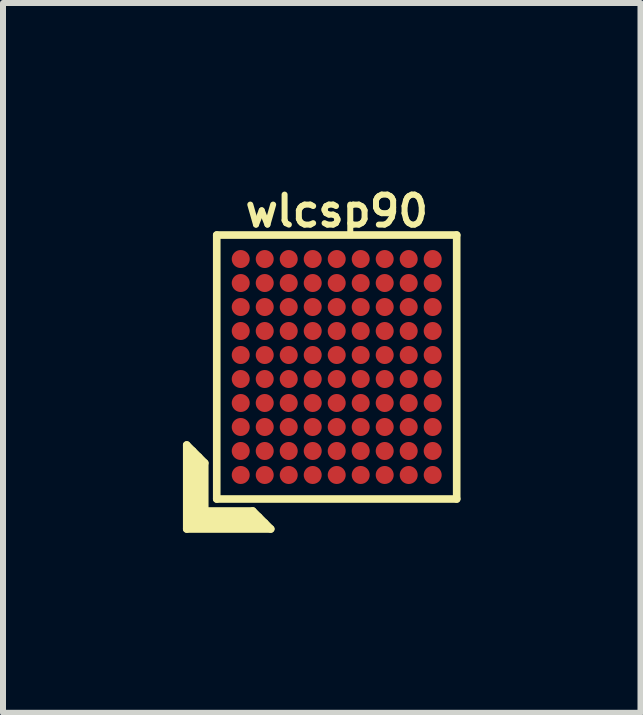
<source format=kicad_pcb>
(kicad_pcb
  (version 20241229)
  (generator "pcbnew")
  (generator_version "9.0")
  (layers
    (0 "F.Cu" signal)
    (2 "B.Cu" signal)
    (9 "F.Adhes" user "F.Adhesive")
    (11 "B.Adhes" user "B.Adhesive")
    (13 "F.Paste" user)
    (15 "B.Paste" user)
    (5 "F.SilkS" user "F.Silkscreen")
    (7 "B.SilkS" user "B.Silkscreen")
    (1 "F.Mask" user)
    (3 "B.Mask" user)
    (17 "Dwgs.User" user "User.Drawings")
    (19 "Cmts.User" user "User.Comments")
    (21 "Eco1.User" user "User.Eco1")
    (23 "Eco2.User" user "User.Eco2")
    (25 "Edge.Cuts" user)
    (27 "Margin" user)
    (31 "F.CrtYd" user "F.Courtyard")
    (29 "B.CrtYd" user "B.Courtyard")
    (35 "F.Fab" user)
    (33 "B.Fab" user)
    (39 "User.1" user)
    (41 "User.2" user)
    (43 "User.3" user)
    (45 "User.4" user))
  (footprint "wlcsp90"
    (layer "F.Cu")
    (at 2.563 3.068)
    (property "Reference" "wlcsp90" (at 0 -2.6 0) (layer "F.SilkS") (effects (font (size 0.5 0.5) (thickness 0.1))))
    (attr through_hole)
    (fp_line (start -2.5 1.3) (end -2.2 1.6) (stroke (width 0.127) (type solid)) (layer "F.SilkS"))
    (fp_line (start -2.5 2.7) (end -2.5 1.3) (stroke (width 0.127) (type solid)) (layer "F.SilkS"))
    (fp_line (start -2.4 2.6) (end -2.4 1.4) (stroke (width 0.127) (type solid)) (layer "F.SilkS"))
    (fp_line (start -2.3 1.5) (end -2.3 2.5) (stroke (width 0.127) (type solid)) (layer "F.SilkS"))
    (fp_line (start -2.3 2.5) (end -1.3 2.5) (stroke (width 0.127) (type solid)) (layer "F.SilkS"))
    (fp_line (start -2.2 1.6) (end -2.2 2.4) (stroke (width 0.127) (type solid)) (layer "F.SilkS"))
    (fp_line (start -2.2 2.4) (end -1.4 2.4) (stroke (width 0.127) (type solid)) (layer "F.SilkS"))
    (fp_line (start -2 -2.2) (end 2 -2.2) (stroke (width 0.127) (type solid)) (layer "F.SilkS"))
    (fp_line (start -2 2.2) (end -2 -2.2) (stroke (width 0.127) (type solid)) (layer "F.SilkS"))
    (fp_line (start -1.4 2.4) (end -1.1 2.7) (stroke (width 0.127) (type solid)) (layer "F.SilkS"))
    (fp_line (start -1.2 2.6) (end -2.4 2.6) (stroke (width 0.127) (type solid)) (layer "F.SilkS"))
    (fp_line (start -1.1 2.7) (end -2.5 2.7) (stroke (width 0.127) (type solid)) (layer "F.SilkS"))
    (fp_line (start 2 -2.2) (end 2 2.2) (stroke (width 0.127) (type solid)) (layer "F.SilkS"))
    (fp_line (start 2 2.2) (end -2 2.2) (stroke (width 0.127) (type solid)) (layer "F.SilkS"))
    (pad "A1" smd circle (at -1.6 1.8) (size 0.3 0.3) (layers "F.Cu" "F.Mask" "F.Paste"))
    (pad "A2" smd circle (at -1.6 1.4) (size 0.3 0.3) (layers "F.Cu" "F.Mask" "F.Paste"))
    (pad "A3" smd circle (at -1.6 1) (size 0.3 0.3) (layers "F.Cu" "F.Mask" "F.Paste"))
    (pad "A4" smd circle (at -1.6 0.6) (size 0.3 0.3) (layers "F.Cu" "F.Mask" "F.Paste"))
    (pad "A5" smd circle (at -1.6 0.2) (size 0.3 0.3) (layers "F.Cu" "F.Mask" "F.Paste"))
    (pad "A6" smd circle (at -1.6 -0.2) (size 0.3 0.3) (layers "F.Cu" "F.Mask" "F.Paste"))
    (pad "A7" smd circle (at -1.6 -0.6) (size 0.3 0.3) (layers "F.Cu" "F.Mask" "F.Paste"))
    (pad "A8" smd circle (at -1.6 -1) (size 0.3 0.3) (layers "F.Cu" "F.Mask" "F.Paste"))
    (pad "A9" smd circle (at -1.6 -1.4) (size 0.3 0.3) (layers "F.Cu" "F.Mask" "F.Paste"))
    (pad "A10" smd circle (at -1.6 -1.8) (size 0.3 0.3) (layers "F.Cu" "F.Mask" "F.Paste"))
    (pad "B1" smd circle (at -1.2 1.8) (size 0.3 0.3) (layers "F.Cu" "F.Mask" "F.Paste"))
    (pad "B2" smd circle (at -1.2 1.4) (size 0.3 0.3) (layers "F.Cu" "F.Mask" "F.Paste"))
    (pad "B3" smd circle (at -1.2 1) (size 0.3 0.3) (layers "F.Cu" "F.Mask" "F.Paste"))
    (pad "B4" smd circle (at -1.2 0.6) (size 0.3 0.3) (layers "F.Cu" "F.Mask" "F.Paste"))
    (pad "B5" smd circle (at -1.2 0.2) (size 0.3 0.3) (layers "F.Cu" "F.Mask" "F.Paste"))
    (pad "B6" smd circle (at -1.2 -0.2) (size 0.3 0.3) (layers "F.Cu" "F.Mask" "F.Paste"))
    (pad "B7" smd circle (at -1.2 -0.6) (size 0.3 0.3) (layers "F.Cu" "F.Mask" "F.Paste"))
    (pad "B8" smd circle (at -1.2 -1) (size 0.3 0.3) (layers "F.Cu" "F.Mask" "F.Paste"))
    (pad "B9" smd circle (at -1.2 -1.4) (size 0.3 0.3) (layers "F.Cu" "F.Mask" "F.Paste"))
    (pad "B10" smd circle (at -1.2 -1.8) (size 0.3 0.3) (layers "F.Cu" "F.Mask" "F.Paste"))
    (pad "C1" smd circle (at -0.8 1.8) (size 0.3 0.3) (layers "F.Cu" "F.Mask" "F.Paste"))
    (pad "C2" smd circle (at -0.8 1.4) (size 0.3 0.3) (layers "F.Cu" "F.Mask" "F.Paste"))
    (pad "C3" smd circle (at -0.8 1) (size 0.3 0.3) (layers "F.Cu" "F.Mask" "F.Paste"))
    (pad "C4" smd circle (at -0.8 0.6) (size 0.3 0.3) (layers "F.Cu" "F.Mask" "F.Paste"))
    (pad "C5" smd circle (at -0.8 0.2) (size 0.3 0.3) (layers "F.Cu" "F.Mask" "F.Paste"))
    (pad "C6" smd circle (at -0.8 -0.2) (size 0.3 0.3) (layers "F.Cu" "F.Mask" "F.Paste"))
    (pad "C7" smd circle (at -0.8 -0.6) (size 0.3 0.3) (layers "F.Cu" "F.Mask" "F.Paste"))
    (pad "C8" smd circle (at -0.8 -1) (size 0.3 0.3) (layers "F.Cu" "F.Mask" "F.Paste"))
    (pad "C9" smd circle (at -0.8 -1.4) (size 0.3 0.3) (layers "F.Cu" "F.Mask" "F.Paste"))
    (pad "C10" smd circle (at -0.8 -1.8) (size 0.3 0.3) (layers "F.Cu" "F.Mask" "F.Paste"))
    (pad "D1" smd circle (at -0.4 1.8) (size 0.3 0.3) (layers "F.Cu" "F.Mask" "F.Paste"))
    (pad "D2" smd circle (at -0.4 1.4) (size 0.3 0.3) (layers "F.Cu" "F.Mask" "F.Paste"))
    (pad "D3" smd circle (at -0.4 1) (size 0.3 0.3) (layers "F.Cu" "F.Mask" "F.Paste"))
    (pad "D4" smd circle (at -0.4 0.6) (size 0.3 0.3) (layers "F.Cu" "F.Mask" "F.Paste"))
    (pad "D5" smd circle (at -0.4 0.2) (size 0.3 0.3) (layers "F.Cu" "F.Mask" "F.Paste"))
    (pad "D6" smd circle (at -0.4 -0.2) (size 0.3 0.3) (layers "F.Cu" "F.Mask" "F.Paste"))
    (pad "D7" smd circle (at -0.4 -0.6) (size 0.3 0.3) (layers "F.Cu" "F.Mask" "F.Paste"))
    (pad "D8" smd circle (at -0.4 -1) (size 0.3 0.3) (layers "F.Cu" "F.Mask" "F.Paste"))
    (pad "D9" smd circle (at -0.4 -1.4) (size 0.3 0.3) (layers "F.Cu" "F.Mask" "F.Paste"))
    (pad "D10" smd circle (at -0.4 -1.8) (size 0.3 0.3) (layers "F.Cu" "F.Mask" "F.Paste"))
    (pad "E1" smd circle (at 0 1.8) (size 0.3 0.3) (layers "F.Cu" "F.Mask" "F.Paste"))
    (pad "E2" smd circle (at 0 1.4) (size 0.3 0.3) (layers "F.Cu" "F.Mask" "F.Paste"))
    (pad "E3" smd circle (at 0 1) (size 0.3 0.3) (layers "F.Cu" "F.Mask" "F.Paste"))
    (pad "E4" smd circle (at 0 0.6) (size 0.3 0.3) (layers "F.Cu" "F.Mask" "F.Paste"))
    (pad "E5" smd circle (at 0 0.2) (size 0.3 0.3) (layers "F.Cu" "F.Mask" "F.Paste"))
    (pad "E6" smd circle (at 0 -0.2) (size 0.3 0.3) (layers "F.Cu" "F.Mask" "F.Paste"))
    (pad "E7" smd circle (at 0 -0.6) (size 0.3 0.3) (layers "F.Cu" "F.Mask" "F.Paste"))
    (pad "E8" smd circle (at 0 -1) (size 0.3 0.3) (layers "F.Cu" "F.Mask" "F.Paste"))
    (pad "E9" smd circle (at 0 -1.4) (size 0.3 0.3) (layers "F.Cu" "F.Mask" "F.Paste"))
    (pad "E10" smd circle (at 0 -1.8) (size 0.3 0.3) (layers "F.Cu" "F.Mask" "F.Paste"))
    (pad "F1" smd circle (at 0.4 1.8) (size 0.3 0.3) (layers "F.Cu" "F.Mask" "F.Paste"))
    (pad "F2" smd circle (at 0.4 1.4) (size 0.3 0.3) (layers "F.Cu" "F.Mask" "F.Paste"))
    (pad "F3" smd circle (at 0.4 1) (size 0.3 0.3) (layers "F.Cu" "F.Mask" "F.Paste"))
    (pad "F4" smd circle (at 0.4 0.6) (size 0.3 0.3) (layers "F.Cu" "F.Mask" "F.Paste"))
    (pad "F5" smd circle (at 0.4 0.2) (size 0.3 0.3) (layers "F.Cu" "F.Mask" "F.Paste"))
    (pad "F6" smd circle (at 0.4 -0.2) (size 0.3 0.3) (layers "F.Cu" "F.Mask" "F.Paste"))
    (pad "F7" smd circle (at 0.4 -0.6) (size 0.3 0.3) (layers "F.Cu" "F.Mask" "F.Paste"))
    (pad "F8" smd circle (at 0.4 -1) (size 0.3 0.3) (layers "F.Cu" "F.Mask" "F.Paste"))
    (pad "F9" smd circle (at 0.4 -1.4) (size 0.3 0.3) (layers "F.Cu" "F.Mask" "F.Paste"))
    (pad "F10" smd circle (at 0.4 -1.8) (size 0.3 0.3) (layers "F.Cu" "F.Mask" "F.Paste"))
    (pad "G1" smd circle (at 0.8 1.8) (size 0.3 0.3) (layers "F.Cu" "F.Mask" "F.Paste"))
    (pad "G2" smd circle (at 0.8 1.4) (size 0.3 0.3) (layers "F.Cu" "F.Mask" "F.Paste"))
    (pad "G3" smd circle (at 0.8 1) (size 0.3 0.3) (layers "F.Cu" "F.Mask" "F.Paste"))
    (pad "G4" smd circle (at 0.8 0.6) (size 0.3 0.3) (layers "F.Cu" "F.Mask" "F.Paste"))
    (pad "G5" smd circle (at 0.8 0.2) (size 0.3 0.3) (layers "F.Cu" "F.Mask" "F.Paste"))
    (pad "G6" smd circle (at 0.8 -0.2) (size 0.3 0.3) (layers "F.Cu" "F.Mask" "F.Paste"))
    (pad "G7" smd circle (at 0.8 -0.6) (size 0.3 0.3) (layers "F.Cu" "F.Mask" "F.Paste"))
    (pad "G8" smd circle (at 0.8 -1) (size 0.3 0.3) (layers "F.Cu" "F.Mask" "F.Paste"))
    (pad "G9" smd circle (at 0.8 -1.4) (size 0.3 0.3) (layers "F.Cu" "F.Mask" "F.Paste"))
    (pad "G10" smd circle (at 0.8 -1.8) (size 0.3 0.3) (layers "F.Cu" "F.Mask" "F.Paste"))
    (pad "H1" smd circle (at 1.2 1.8) (size 0.3 0.3) (layers "F.Cu" "F.Mask" "F.Paste"))
    (pad "H2" smd circle (at 1.2 1.4) (size 0.3 0.3) (layers "F.Cu" "F.Mask" "F.Paste"))
    (pad "H3" smd circle (at 1.2 1) (size 0.3 0.3) (layers "F.Cu" "F.Mask" "F.Paste"))
    (pad "H4" smd circle (at 1.2 0.6) (size 0.3 0.3) (layers "F.Cu" "F.Mask" "F.Paste"))
    (pad "H5" smd circle (at 1.2 0.2) (size 0.3 0.3) (layers "F.Cu" "F.Mask" "F.Paste"))
    (pad "H6" smd circle (at 1.2 -0.2) (size 0.3 0.3) (layers "F.Cu" "F.Mask" "F.Paste"))
    (pad "H7" smd circle (at 1.2 -0.6) (size 0.3 0.3) (layers "F.Cu" "F.Mask" "F.Paste"))
    (pad "H8" smd circle (at 1.2 -1) (size 0.3 0.3) (layers "F.Cu" "F.Mask" "F.Paste"))
    (pad "H9" smd circle (at 1.2 -1.4) (size 0.3 0.3) (layers "F.Cu" "F.Mask" "F.Paste"))
    (pad "H10" smd circle (at 1.2 -1.8) (size 0.3 0.3) (layers "F.Cu" "F.Mask" "F.Paste"))
    (pad "J1" smd circle (at 1.6 1.8) (size 0.3 0.3) (layers "F.Cu" "F.Mask" "F.Paste"))
    (pad "J2" smd circle (at 1.6 1.4) (size 0.3 0.3) (layers "F.Cu" "F.Mask" "F.Paste"))
    (pad "J3" smd circle (at 1.6 1) (size 0.3 0.3) (layers "F.Cu" "F.Mask" "F.Paste"))
    (pad "J4" smd circle (at 1.6 0.6) (size 0.3 0.3) (layers "F.Cu" "F.Mask" "F.Paste"))
    (pad "J5" smd circle (at 1.6 0.2) (size 0.3 0.3) (layers "F.Cu" "F.Mask" "F.Paste"))
    (pad "J6" smd circle (at 1.6 -0.2) (size 0.3 0.3) (layers "F.Cu" "F.Mask" "F.Paste"))
    (pad "J7" smd circle (at 1.6 -0.6) (size 0.3 0.3) (layers "F.Cu" "F.Mask" "F.Paste"))
    (pad "J8" smd circle (at 1.6 -1) (size 0.3 0.3) (layers "F.Cu" "F.Mask" "F.Paste"))
    (pad "J9" smd circle (at 1.6 -1.4) (size 0.3 0.3) (layers "F.Cu" "F.Mask" "F.Paste"))
    (pad "J10" smd circle (at 1.6 -1.8) (size 0.3 0.3) (layers "F.Cu" "F.Mask" "F.Paste")))
  (gr_rect
    (start -3 -3)
    (end 7.627 8.832)
    (stroke (width 0.1) (type default))
    (fill no)
    (layer "Edge.Cuts")))
</source>
